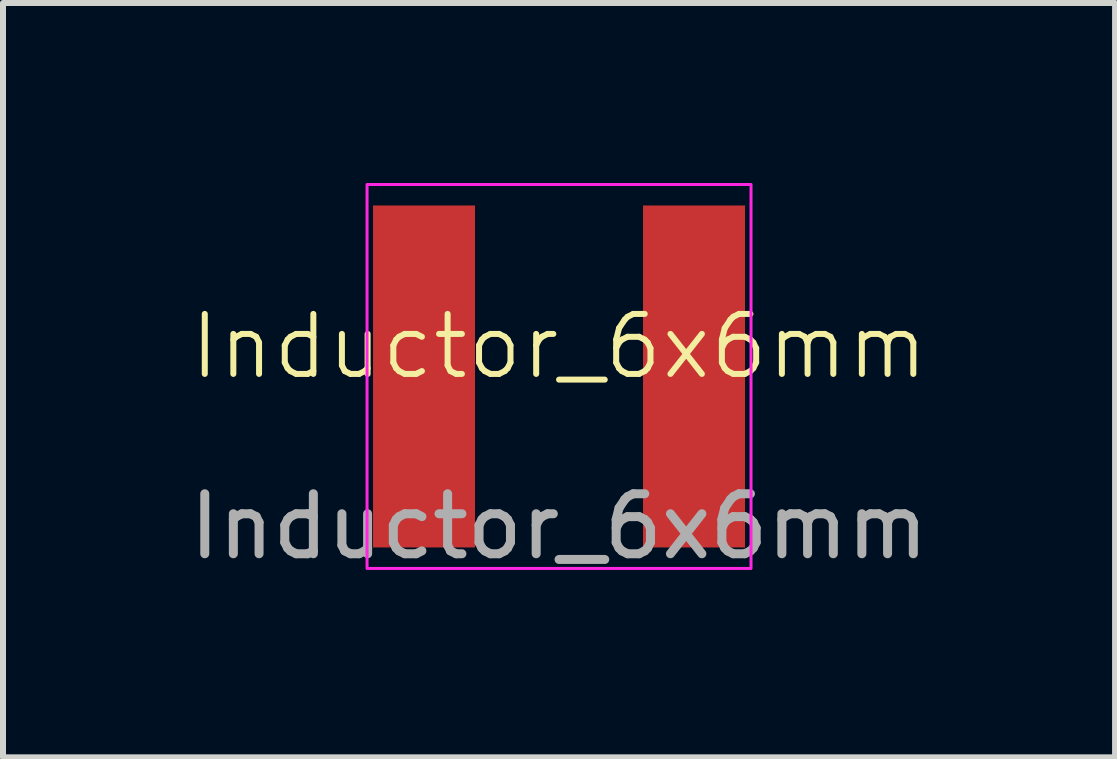
<source format=kicad_pcb>
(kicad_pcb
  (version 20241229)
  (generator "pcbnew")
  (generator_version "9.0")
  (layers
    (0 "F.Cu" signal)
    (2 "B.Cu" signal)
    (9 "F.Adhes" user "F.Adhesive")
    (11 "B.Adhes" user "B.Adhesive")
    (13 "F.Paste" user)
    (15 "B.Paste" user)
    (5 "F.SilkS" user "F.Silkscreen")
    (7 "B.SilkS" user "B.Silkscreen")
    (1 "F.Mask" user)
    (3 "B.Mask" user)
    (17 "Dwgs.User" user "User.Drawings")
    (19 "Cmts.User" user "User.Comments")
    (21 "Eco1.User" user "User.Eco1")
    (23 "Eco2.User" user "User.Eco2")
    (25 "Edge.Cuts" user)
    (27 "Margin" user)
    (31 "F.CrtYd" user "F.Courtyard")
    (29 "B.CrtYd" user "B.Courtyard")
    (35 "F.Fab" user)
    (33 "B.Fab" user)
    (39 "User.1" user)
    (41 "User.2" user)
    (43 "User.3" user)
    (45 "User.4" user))
  (footprint "Inductor_6x6mm"
    (layer "F.Cu")
    (at 6.268 3.225)
    (property "Reference" "Inductor_6x6mm" (at 0 -0.5 0) (unlocked yes) (layer "F.SilkS") (effects (font (size 1 1) (thickness 0.1))))
    (attr smd)
    (fp_rect (start -3.2 -3.2) (end 3.2 3.2) (stroke (width 0.05) (type solid)) (fill no) (layer "F.CrtYd"))
    (fp_text user "${REFERENCE}" (at 0 2.5 0) (unlocked yes) (layer "F.Fab") (effects (font (size 1 1) (thickness 0.15))))
    (pad "1" smd rect (at -2.25 0) (size 1.7 5.7) (layers "F.Cu" "F.Mask" "F.Paste"))
    (pad "2" smd rect (at 2.25 0) (size 1.7 5.7) (layers "F.Cu" "F.Mask" "F.Paste")))
  (gr_rect
    (start -3 -3)
    (end 15.536 9.573)
    (stroke (width 0.1) (type default))
    (fill no)
    (layer "Edge.Cuts")))
</source>
